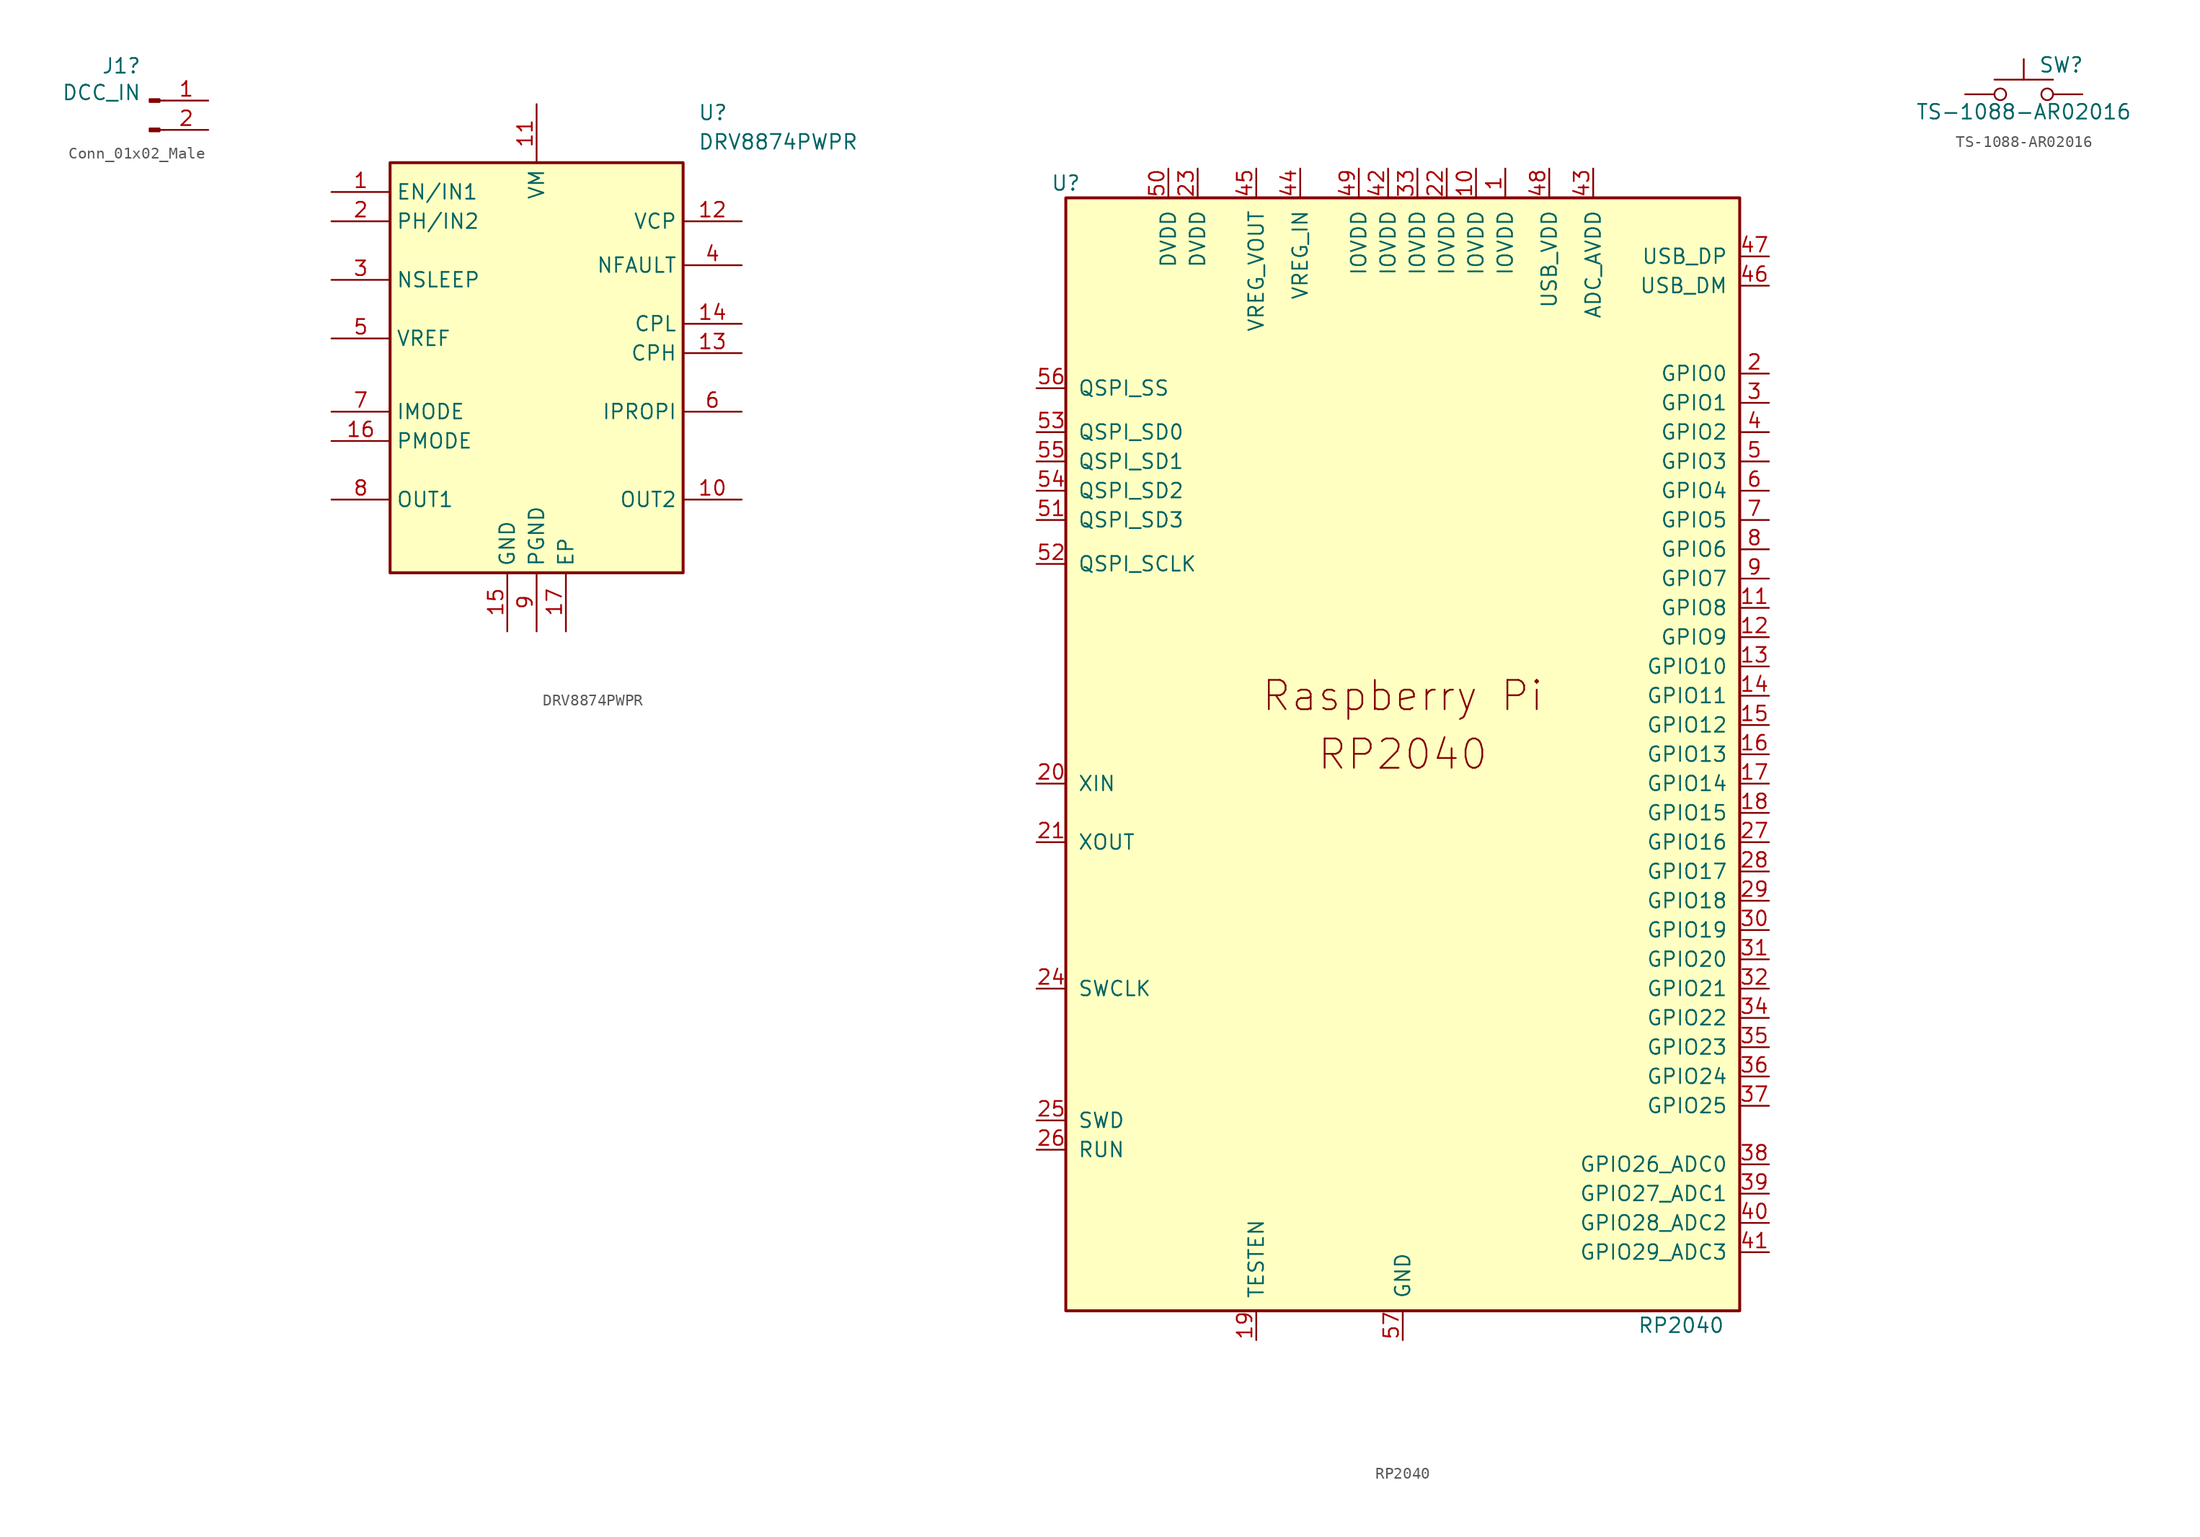
<source format=kicad_sym>
(kicad_symbol_lib
  (version 20220914)
  (generator kicad_symbol_editor)
  (symbol "Conn_01x02_Male"
    (pin_names
      (offset 1.016) hide)
    (property "Reference" "J1"
      (at -0.711 2.997 0)
      (effects (font (size 1.27 1.27)) (justify right)))
    (property "Value" "DCC_IN"
      (at -0.711 0.686 0)
      (effects (font (size 1.27 1.27)) (justify right)))
    (symbol "Conn_01x02_Male_1_1"
      (polyline (pts (xy 1.27 -2.54) (xy 0.864 -2.54)) (stroke (width 0.152) (type default)) (fill (type none)))
      (polyline (pts (xy 1.27 0) (xy 0.864 0)) (stroke (width 0.152) (type default)) (fill (type none)))
      (rectangle (start 0.864 -2.413) (end 0 -2.667) (stroke (width 0.152) (type default)) (fill (type outline)))
      (rectangle (start 0.864 0.127) (end 0 -0.127) (stroke (width 0.152) (type default)) (fill (type outline)))
      (pin power_out line (at 5.08 0 180) (length 3.81) (name "Pin_1" (effects (font (size 1.27 1.27)))) (number "1" (effects (font (size 1.27 1.27)))))
      (pin power_out line (at 5.08 -2.54 180) (length 3.81) (name "Pin_2" (effects (font (size 1.27 1.27)))) (number "2" (effects (font (size 1.27 1.27)))))))
  (symbol "DRV8874PWPR"
    (property "Reference" "U"
      (at 31.75 7.62 0)
      (effects (font (size 1.27 1.27)) (justify left top)))
    (property "Value" "DRV8874PWPR"
      (at 31.75 5.08 0)
      (effects (font (size 1.27 1.27)) (justify left top)))
    (symbol "DRV8874PWPR_1_1"
      (rectangle (start 5.08 2.54) (end 30.48 -33.02) (stroke (width 0.254) (type default)) (fill (type background)))
      (pin input line (at 0 0 0) (length 5.08) (name "EN/IN1" (effects (font (size 1.27 1.27)))) (number "1" (effects (font (size 1.27 1.27)))))
      (pin power_out line (at 35.56 -26.67 180) (length 5.08) (name "OUT2" (effects (font (size 1.27 1.27)))) (number "10" (effects (font (size 1.27 1.27)))))
      (pin power_in line (at 17.78 7.62 270) (length 5.08) (name "VM" (effects (font (size 1.27 1.27)))) (number "11" (effects (font (size 1.27 1.27)))))
      (pin power_out line (at 35.56 -2.54 180) (length 5.08) (name "VCP" (effects (font (size 1.27 1.27)))) (number "12" (effects (font (size 1.27 1.27)))))
      (pin unspecified line (at 35.56 -13.97 180) (length 5.08) (name "CPH" (effects (font (size 1.27 1.27)))) (number "13" (effects (font (size 1.27 1.27)))))
      (pin unspecified line (at 35.56 -11.43 180) (length 5.08) (name "CPL" (effects (font (size 1.27 1.27)))) (number "14" (effects (font (size 1.27 1.27)))))
      (pin power_in line (at 15.24 -38.1 90) (length 5.08) (name "GND" (effects (font (size 1.27 1.27)))) (number "15" (effects (font (size 1.27 1.27)))))
      (pin input line (at 0 -21.59 0) (length 5.08) (name "PMODE" (effects (font (size 1.27 1.27)))) (number "16" (effects (font (size 1.27 1.27)))))
      (pin power_in line (at 20.32 -38.1 90) (length 5.08) (name "EP" (effects (font (size 1.27 1.27)))) (number "17" (effects (font (size 1.27 1.27)))))
      (pin input line (at 0 -2.54 0) (length 5.08) (name "PH/IN2" (effects (font (size 1.27 1.27)))) (number "2" (effects (font (size 1.27 1.27)))))
      (pin input line (at 0 -7.62 0) (length 5.08) (name "NSLEEP" (effects (font (size 1.27 1.27)))) (number "3" (effects (font (size 1.27 1.27)))))
      (pin open_collector line (at 35.56 -6.35 180) (length 5.08) (name "NFAULT" (effects (font (size 1.27 1.27)))) (number "4" (effects (font (size 1.27 1.27)))))
      (pin input line (at 0 -12.7 0) (length 5.08) (name "VREF" (effects (font (size 1.27 1.27)))) (number "5" (effects (font (size 1.27 1.27)))))
      (pin output line (at 35.56 -19.05 180) (length 5.08) (name "IPROPI" (effects (font (size 1.27 1.27)))) (number "6" (effects (font (size 1.27 1.27)))))
      (pin input line (at 0 -19.05 0) (length 5.08) (name "IMODE" (effects (font (size 1.27 1.27)))) (number "7" (effects (font (size 1.27 1.27)))))
      (pin power_out line (at 0 -26.67 0) (length 5.08) (name "OUT1" (effects (font (size 1.27 1.27)))) (number "8" (effects (font (size 1.27 1.27)))))
      (pin power_in line (at 17.78 -38.1 90) (length 5.08) (name "PGND" (effects (font (size 1.27 1.27)))) (number "9" (effects (font (size 1.27 1.27)))))))
  (symbol "RP2040"
    (pin_names
      (offset 1.016))
    (property "Reference" "U"
      (at -29.21 49.53 0)
      (effects (font (size 1.27 1.27))))
    (property "Value" "RP2040"
      (at 24.13 -49.53 0)
      (effects (font (size 1.27 1.27))))
    (symbol "RP2040_0_0"
      (text "Raspberry Pi" (at 0 5.08 0) (effects (font (size 2.54 2.54))))
      (text "RP2040" (at 0 0 0) (effects (font (size 2.54 2.54)))))
    (symbol "RP2040_0_1"
      (rectangle (start 29.21 48.26) (end -29.21 -48.26) (stroke (width 0.254) (type default)) (fill (type background))))
    (symbol "RP2040_1_1"
      (pin power_in line (at 8.89 50.8 270) (length 2.54) (name "IOVDD" (effects (font (size 1.27 1.27)))) (number "1" (effects (font (size 1.27 1.27)))))
      (pin power_in line (at 6.35 50.8 270) (length 2.54) (name "IOVDD" (effects (font (size 1.27 1.27)))) (number "10" (effects (font (size 1.27 1.27)))))
      (pin bidirectional line (at 31.75 12.7 180) (length 2.54) (name "GPIO8" (effects (font (size 1.27 1.27)))) (number "11" (effects (font (size 1.27 1.27)))))
      (pin bidirectional line (at 31.75 10.16 180) (length 2.54) (name "GPIO9" (effects (font (size 1.27 1.27)))) (number "12" (effects (font (size 1.27 1.27)))))
      (pin bidirectional line (at 31.75 7.62 180) (length 2.54) (name "GPIO10" (effects (font (size 1.27 1.27)))) (number "13" (effects (font (size 1.27 1.27)))))
      (pin bidirectional line (at 31.75 5.08 180) (length 2.54) (name "GPIO11" (effects (font (size 1.27 1.27)))) (number "14" (effects (font (size 1.27 1.27)))))
      (pin bidirectional line (at 31.75 2.54 180) (length 2.54) (name "GPIO12" (effects (font (size 1.27 1.27)))) (number "15" (effects (font (size 1.27 1.27)))))
      (pin bidirectional line (at 31.75 0 180) (length 2.54) (name "GPIO13" (effects (font (size 1.27 1.27)))) (number "16" (effects (font (size 1.27 1.27)))))
      (pin bidirectional line (at 31.75 -2.54 180) (length 2.54) (name "GPIO14" (effects (font (size 1.27 1.27)))) (number "17" (effects (font (size 1.27 1.27)))))
      (pin bidirectional line (at 31.75 -5.08 180) (length 2.54) (name "GPIO15" (effects (font (size 1.27 1.27)))) (number "18" (effects (font (size 1.27 1.27)))))
      (pin passive line (at -12.7 -50.8 90) (length 2.54) (name "TESTEN" (effects (font (size 1.27 1.27)))) (number "19" (effects (font (size 1.27 1.27)))))
      (pin bidirectional line (at 31.75 33.02 180) (length 2.54) (name "GPIO0" (effects (font (size 1.27 1.27)))) (number "2" (effects (font (size 1.27 1.27)))))
      (pin input line (at -31.75 -2.54 0) (length 2.54) (name "XIN" (effects (font (size 1.27 1.27)))) (number "20" (effects (font (size 1.27 1.27)))))
      (pin passive line (at -31.75 -7.62 0) (length 2.54) (name "XOUT" (effects (font (size 1.27 1.27)))) (number "21" (effects (font (size 1.27 1.27)))))
      (pin power_in line (at 3.81 50.8 270) (length 2.54) (name "IOVDD" (effects (font (size 1.27 1.27)))) (number "22" (effects (font (size 1.27 1.27)))))
      (pin power_in line (at -17.78 50.8 270) (length 2.54) (name "DVDD" (effects (font (size 1.27 1.27)))) (number "23" (effects (font (size 1.27 1.27)))))
      (pin output line (at -31.75 -20.32 0) (length 2.54) (name "SWCLK" (effects (font (size 1.27 1.27)))) (number "24" (effects (font (size 1.27 1.27)))))
      (pin bidirectional line (at -31.75 -31.75 0) (length 2.54) (name "SWD" (effects (font (size 1.27 1.27)))) (number "25" (effects (font (size 1.27 1.27)))))
      (pin input line (at -31.75 -34.29 0) (length 2.54) (name "RUN" (effects (font (size 1.27 1.27)))) (number "26" (effects (font (size 1.27 1.27)))))
      (pin bidirectional line (at 31.75 -7.62 180) (length 2.54) (name "GPIO16" (effects (font (size 1.27 1.27)))) (number "27" (effects (font (size 1.27 1.27)))))
      (pin bidirectional line (at 31.75 -10.16 180) (length 2.54) (name "GPIO17" (effects (font (size 1.27 1.27)))) (number "28" (effects (font (size 1.27 1.27)))))
      (pin bidirectional line (at 31.75 -12.7 180) (length 2.54) (name "GPIO18" (effects (font (size 1.27 1.27)))) (number "29" (effects (font (size 1.27 1.27)))))
      (pin bidirectional line (at 31.75 30.48 180) (length 2.54) (name "GPIO1" (effects (font (size 1.27 1.27)))) (number "3" (effects (font (size 1.27 1.27)))))
      (pin bidirectional line (at 31.75 -15.24 180) (length 2.54) (name "GPIO19" (effects (font (size 1.27 1.27)))) (number "30" (effects (font (size 1.27 1.27)))))
      (pin bidirectional line (at 31.75 -17.78 180) (length 2.54) (name "GPIO20" (effects (font (size 1.27 1.27)))) (number "31" (effects (font (size 1.27 1.27)))))
      (pin bidirectional line (at 31.75 -20.32 180) (length 2.54) (name "GPIO21" (effects (font (size 1.27 1.27)))) (number "32" (effects (font (size 1.27 1.27)))))
      (pin power_in line (at 1.27 50.8 270) (length 2.54) (name "IOVDD" (effects (font (size 1.27 1.27)))) (number "33" (effects (font (size 1.27 1.27)))))
      (pin bidirectional line (at 31.75 -22.86 180) (length 2.54) (name "GPIO22" (effects (font (size 1.27 1.27)))) (number "34" (effects (font (size 1.27 1.27)))))
      (pin bidirectional line (at 31.75 -25.4 180) (length 2.54) (name "GPIO23" (effects (font (size 1.27 1.27)))) (number "35" (effects (font (size 1.27 1.27)))))
      (pin bidirectional line (at 31.75 -27.94 180) (length 2.54) (name "GPIO24" (effects (font (size 1.27 1.27)))) (number "36" (effects (font (size 1.27 1.27)))))
      (pin bidirectional line (at 31.75 -30.48 180) (length 2.54) (name "GPIO25" (effects (font (size 1.27 1.27)))) (number "37" (effects (font (size 1.27 1.27)))))
      (pin bidirectional line (at 31.75 -35.56 180) (length 2.54) (name "GPIO26_ADC0" (effects (font (size 1.27 1.27)))) (number "38" (effects (font (size 1.27 1.27)))))
      (pin bidirectional line (at 31.75 -38.1 180) (length 2.54) (name "GPIO27_ADC1" (effects (font (size 1.27 1.27)))) (number "39" (effects (font (size 1.27 1.27)))))
      (pin bidirectional line (at 31.75 27.94 180) (length 2.54) (name "GPIO2" (effects (font (size 1.27 1.27)))) (number "4" (effects (font (size 1.27 1.27)))))
      (pin bidirectional line (at 31.75 -40.64 180) (length 2.54) (name "GPIO28_ADC2" (effects (font (size 1.27 1.27)))) (number "40" (effects (font (size 1.27 1.27)))))
      (pin bidirectional line (at 31.75 -43.18 180) (length 2.54) (name "GPIO29_ADC3" (effects (font (size 1.27 1.27)))) (number "41" (effects (font (size 1.27 1.27)))))
      (pin power_in line (at -1.27 50.8 270) (length 2.54) (name "IOVDD" (effects (font (size 1.27 1.27)))) (number "42" (effects (font (size 1.27 1.27)))))
      (pin power_in line (at 16.51 50.8 270) (length 2.54) (name "ADC_AVDD" (effects (font (size 1.27 1.27)))) (number "43" (effects (font (size 1.27 1.27)))))
      (pin power_in line (at -8.89 50.8 270) (length 2.54) (name "VREG_IN" (effects (font (size 1.27 1.27)))) (number "44" (effects (font (size 1.27 1.27)))))
      (pin power_out line (at -12.7 50.8 270) (length 2.54) (name "VREG_VOUT" (effects (font (size 1.27 1.27)))) (number "45" (effects (font (size 1.27 1.27)))))
      (pin bidirectional line (at 31.75 40.64 180) (length 2.54) (name "USB_DM" (effects (font (size 1.27 1.27)))) (number "46" (effects (font (size 1.27 1.27)))))
      (pin bidirectional line (at 31.75 43.18 180) (length 2.54) (name "USB_DP" (effects (font (size 1.27 1.27)))) (number "47" (effects (font (size 1.27 1.27)))))
      (pin power_in line (at 12.7 50.8 270) (length 2.54) (name "USB_VDD" (effects (font (size 1.27 1.27)))) (number "48" (effects (font (size 1.27 1.27)))))
      (pin power_in line (at -3.81 50.8 270) (length 2.54) (name "IOVDD" (effects (font (size 1.27 1.27)))) (number "49" (effects (font (size 1.27 1.27)))))
      (pin bidirectional line (at 31.75 25.4 180) (length 2.54) (name "GPIO3" (effects (font (size 1.27 1.27)))) (number "5" (effects (font (size 1.27 1.27)))))
      (pin power_in line (at -20.32 50.8 270) (length 2.54) (name "DVDD" (effects (font (size 1.27 1.27)))) (number "50" (effects (font (size 1.27 1.27)))))
      (pin bidirectional line (at -31.75 20.32 0) (length 2.54) (name "QSPI_SD3" (effects (font (size 1.27 1.27)))) (number "51" (effects (font (size 1.27 1.27)))))
      (pin output line (at -31.75 16.51 0) (length 2.54) (name "QSPI_SCLK" (effects (font (size 1.27 1.27)))) (number "52" (effects (font (size 1.27 1.27)))))
      (pin bidirectional line (at -31.75 27.94 0) (length 2.54) (name "QSPI_SD0" (effects (font (size 1.27 1.27)))) (number "53" (effects (font (size 1.27 1.27)))))
      (pin bidirectional line (at -31.75 22.86 0) (length 2.54) (name "QSPI_SD2" (effects (font (size 1.27 1.27)))) (number "54" (effects (font (size 1.27 1.27)))))
      (pin bidirectional line (at -31.75 25.4 0) (length 2.54) (name "QSPI_SD1" (effects (font (size 1.27 1.27)))) (number "55" (effects (font (size 1.27 1.27)))))
      (pin bidirectional line (at -31.75 31.75 0) (length 2.54) (name "QSPI_SS" (effects (font (size 1.27 1.27)))) (number "56" (effects (font (size 1.27 1.27)))))
      (pin power_in line (at 0 -50.8 90) (length 2.54) (name "GND" (effects (font (size 1.27 1.27)))) (number "57" (effects (font (size 1.27 1.27)))))
      (pin bidirectional line (at 31.75 22.86 180) (length 2.54) (name "GPIO4" (effects (font (size 1.27 1.27)))) (number "6" (effects (font (size 1.27 1.27)))))
      (pin bidirectional line (at 31.75 20.32 180) (length 2.54) (name "GPIO5" (effects (font (size 1.27 1.27)))) (number "7" (effects (font (size 1.27 1.27)))))
      (pin bidirectional line (at 31.75 17.78 180) (length 2.54) (name "GPIO6" (effects (font (size 1.27 1.27)))) (number "8" (effects (font (size 1.27 1.27)))))
      (pin bidirectional line (at 31.75 15.24 180) (length 2.54) (name "GPIO7" (effects (font (size 1.27 1.27)))) (number "9" (effects (font (size 1.27 1.27)))))))
  (symbol "TS-1088-AR02016"
    (pin_numbers hide)
    (pin_names
      (offset 1.016) hide)
    (property "Reference" "SW"
      (at 1.27 2.54 0)
      (effects (font (size 1.27 1.27)) (justify left)))
    (property "Value" "TS-1088-AR02016"
      (at 0 -1.524 0)
      (effects (font (size 1.27 1.27))))
    (symbol "TS-1088-AR02016_0_1"
      (circle (center -2.032 0) (radius 0.508) (stroke (width 0) (type default)) (fill (type none)))
      (polyline (pts (xy 0 1.27) (xy 0 3.048)) (stroke (width 0) (type default)) (fill (type none)))
      (polyline (pts (xy 2.54 1.27) (xy -2.54 1.27)) (stroke (width 0) (type default)) (fill (type none)))
      (circle (center 2.032 0) (radius 0.508) (stroke (width 0) (type default)) (fill (type none)))
      (pin passive line (at -5.08 0 0) (length 2.54) (name "1" (effects (font (size 1.27 1.27)))) (number "1" (effects (font (size 1.27 1.27)))))
      (pin passive line (at 5.08 0 180) (length 2.54) (name "2" (effects (font (size 1.27 1.27)))) (number "2" (effects (font (size 1.27 1.27))))))))
</source>
